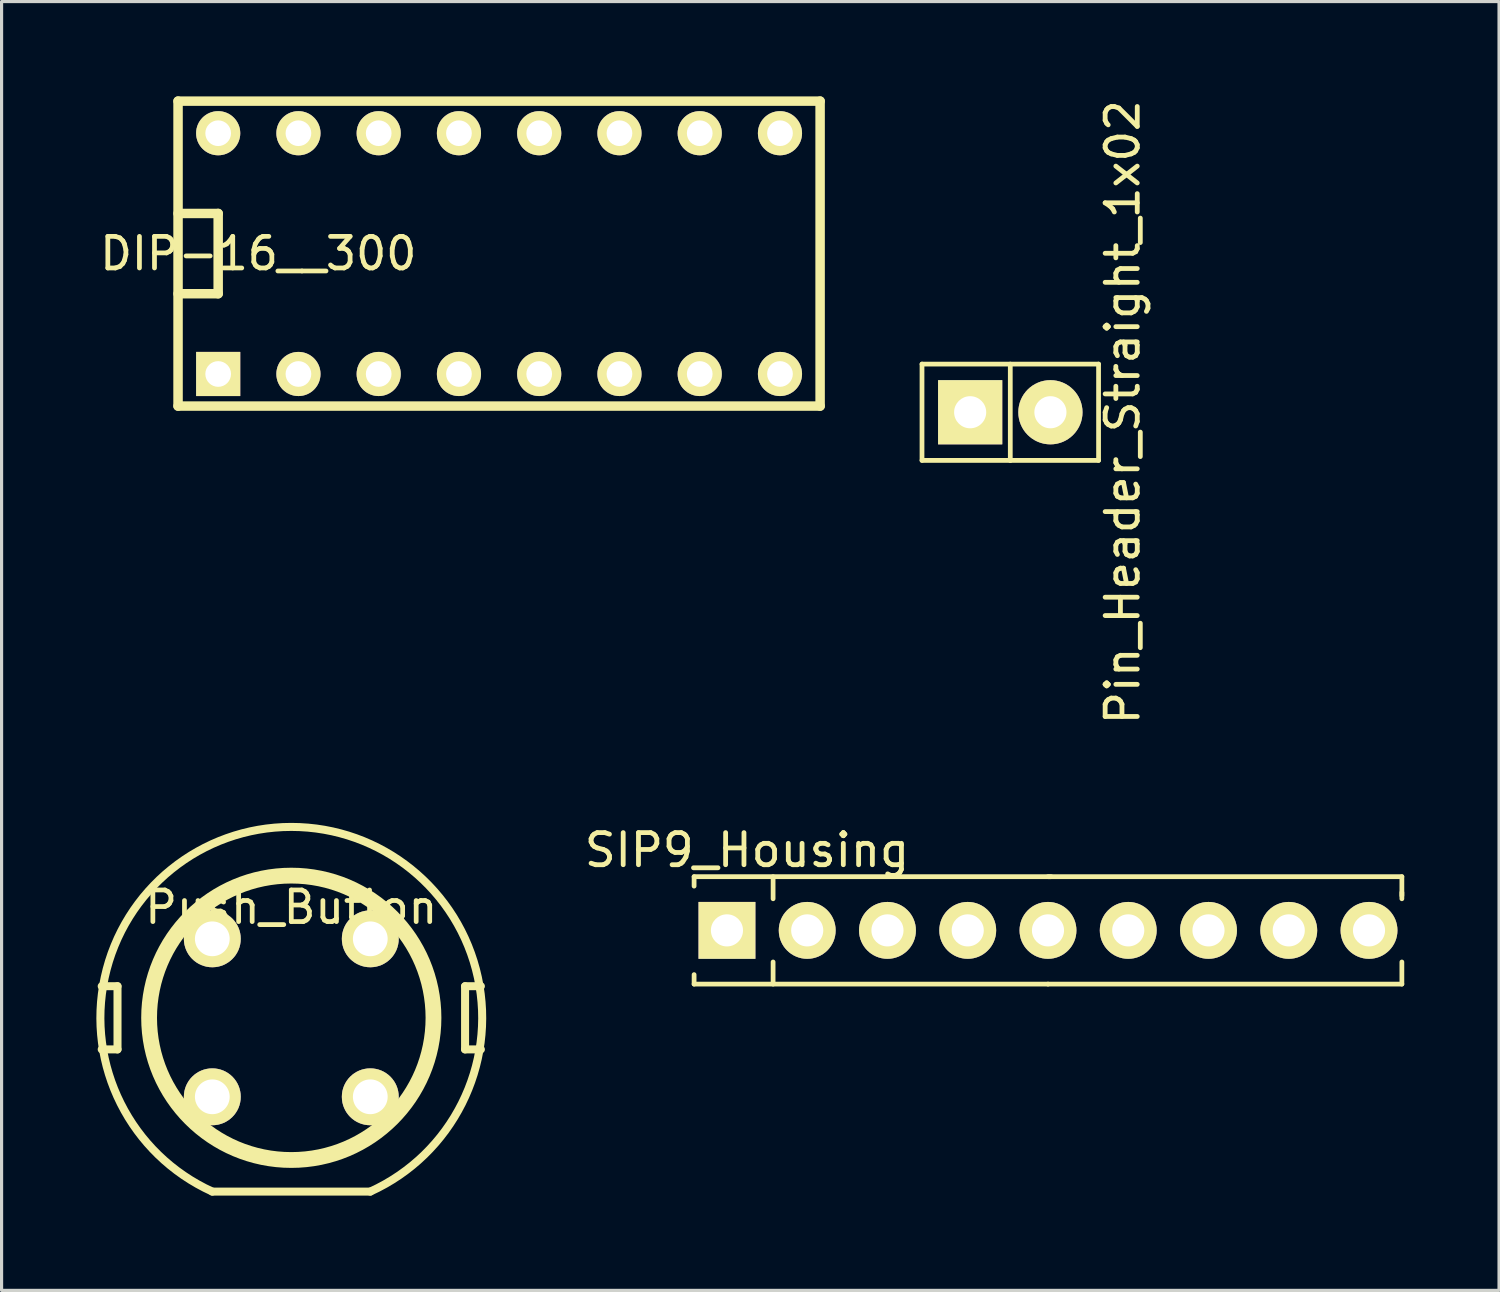
<source format=kicad_pcb>
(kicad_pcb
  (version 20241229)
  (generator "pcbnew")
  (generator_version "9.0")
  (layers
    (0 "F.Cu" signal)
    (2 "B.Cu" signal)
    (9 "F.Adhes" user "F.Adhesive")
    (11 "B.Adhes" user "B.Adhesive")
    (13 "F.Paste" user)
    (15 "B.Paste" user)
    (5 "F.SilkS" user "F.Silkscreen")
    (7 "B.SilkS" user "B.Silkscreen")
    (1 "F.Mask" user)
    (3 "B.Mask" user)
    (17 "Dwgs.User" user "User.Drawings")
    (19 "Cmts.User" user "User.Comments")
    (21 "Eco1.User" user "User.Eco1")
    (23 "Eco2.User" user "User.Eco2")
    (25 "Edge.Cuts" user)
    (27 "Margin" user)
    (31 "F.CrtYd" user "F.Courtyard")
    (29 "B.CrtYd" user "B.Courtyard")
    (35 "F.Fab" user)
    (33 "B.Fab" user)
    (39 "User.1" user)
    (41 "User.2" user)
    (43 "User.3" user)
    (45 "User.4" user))
  (footprint "DIP-16__300"
    (layer "F.Cu")
    (at 12.745 4.976)
    (property "Reference" "DIP-16__300" (at -7.62 0 0) (layer "F.SilkS") (effects (font (size 1 1) (thickness 0.15))))
    (attr through_hole)
    (fp_line (start -10.16 -4.826) (end 10.16 -4.826) (stroke (width 0.3) (type solid)) (layer "F.SilkS"))
    (fp_line (start -10.16 -1.27) (end -8.89 -1.27) (stroke (width 0.3) (type solid)) (layer "F.SilkS"))
    (fp_line (start -10.16 4.826) (end -10.16 -4.826) (stroke (width 0.3) (type solid)) (layer "F.SilkS"))
    (fp_line (start -8.89 -1.27) (end -8.89 1.27) (stroke (width 0.3) (type solid)) (layer "F.SilkS"))
    (fp_line (start -8.89 1.27) (end -10.16 1.27) (stroke (width 0.3) (type solid)) (layer "F.SilkS"))
    (fp_line (start 10.16 -4.826) (end 10.16 4.826) (stroke (width 0.3) (type solid)) (layer "F.SilkS"))
    (fp_line (start 10.16 4.826) (end -10.16 4.826) (stroke (width 0.3) (type solid)) (layer "F.SilkS"))
    (pad "1" thru_hole rect (at -8.89 3.81) (size 1.397 1.397) (drill 0.813) (layers "*.Cu" "*.Mask" "F.SilkS"))
    (pad "2" thru_hole circle (at -6.35 3.81) (size 1.397 1.397) (drill 0.813) (layers "*.Cu" "*.Mask" "F.SilkS"))
    (pad "3" thru_hole circle (at -3.81 3.81) (size 1.397 1.397) (drill 0.813) (layers "*.Cu" "*.Mask" "F.SilkS"))
    (pad "4" thru_hole circle (at -1.27 3.81) (size 1.397 1.397) (drill 0.813) (layers "*.Cu" "*.Mask" "F.SilkS"))
    (pad "5" thru_hole circle (at 1.27 3.81) (size 1.397 1.397) (drill 0.813) (layers "*.Cu" "*.Mask" "F.SilkS"))
    (pad "6" thru_hole circle (at 3.81 3.81) (size 1.397 1.397) (drill 0.813) (layers "*.Cu" "*.Mask" "F.SilkS"))
    (pad "7" thru_hole circle (at 6.35 3.81) (size 1.397 1.397) (drill 0.813) (layers "*.Cu" "*.Mask" "F.SilkS"))
    (pad "8" thru_hole circle (at 8.89 3.81) (size 1.397 1.397) (drill 0.813) (layers "*.Cu" "*.Mask" "F.SilkS"))
    (pad "9" thru_hole circle (at 8.89 -3.81) (size 1.397 1.397) (drill 0.813) (layers "*.Cu" "*.Mask" "F.SilkS"))
    (pad "10" thru_hole circle (at 6.35 -3.81) (size 1.397 1.397) (drill 0.813) (layers "*.Cu" "*.Mask" "F.SilkS"))
    (pad "11" thru_hole circle (at 3.81 -3.81) (size 1.397 1.397) (drill 0.813) (layers "*.Cu" "*.Mask" "F.SilkS"))
    (pad "12" thru_hole circle (at 1.27 -3.81) (size 1.397 1.397) (drill 0.813) (layers "*.Cu" "*.Mask" "F.SilkS"))
    (pad "13" thru_hole circle (at -1.27 -3.81) (size 1.397 1.397) (drill 0.813) (layers "*.Cu" "*.Mask" "F.SilkS"))
    (pad "14" thru_hole circle (at -3.81 -3.81) (size 1.397 1.397) (drill 0.813) (layers "*.Cu" "*.Mask" "F.SilkS"))
    (pad "15" thru_hole circle (at -6.35 -3.81) (size 1.397 1.397) (drill 0.813) (layers "*.Cu" "*.Mask" "F.SilkS"))
    (pad "16" thru_hole circle (at -8.89 -3.81) (size 1.397 1.397) (drill 0.813) (layers "*.Cu" "*.Mask" "F.SilkS")))
  (footprint "Pin_Header_Straight_1x02"
    (layer "F.Cu")
    (at 28.924 9.997)
    (property "Reference" "Pin_Header_Straight_1x02" (at 3.556 0 90) (layer "F.SilkS") (effects (font (size 1.016 1.016) (thickness 0.152))))
    (attr through_hole)
    (fp_line (start -2.794 -1.524) (end -2.794 1.524) (stroke (width 0.15) (type solid)) (layer "F.SilkS"))
    (fp_line (start -2.794 1.524) (end 0 1.524) (stroke (width 0.15) (type solid)) (layer "F.SilkS"))
    (fp_line (start 0 -1.524) (end 0 1.524) (stroke (width 0.15) (type solid)) (layer "F.SilkS"))
    (fp_line (start 0 1.524) (end 2.794 1.524) (stroke (width 0.15) (type solid)) (layer "F.SilkS"))
    (fp_line (start 2.794 -1.524) (end -2.794 -1.524) (stroke (width 0.15) (type solid)) (layer "F.SilkS"))
    (fp_line (start 2.794 1.524) (end 2.794 -1.524) (stroke (width 0.15) (type solid)) (layer "F.SilkS"))
    (pad "1" thru_hole rect (at -1.27 0) (size 2.032 2.032) (drill 1.016) (layers "*.Cu" "*.Mask" "F.SilkS"))
    (pad "2" thru_hole oval (at 1.27 0) (size 2.032 2.032) (drill 1.016) (layers "*.Cu" "*.Mask" "F.SilkS")))
  (footprint "Push_Button"
    (layer "F.Cu")
    (at 6.169 29.162)
    (property "Reference" "Push_Button" (at 0 -3.5 0) (layer "F.SilkS") (effects (font (size 1 1) (thickness 0.15))))
    (attr through_hole)
    (fp_line (start -6 -1) (end -5.5 -1) (stroke (width 0.254) (type solid)) (layer "F.SilkS"))
    (fp_line (start -5.5 -1) (end -5.5 1) (stroke (width 0.254) (type solid)) (layer "F.SilkS"))
    (fp_line (start -5.5 1) (end -6 1) (stroke (width 0.254) (type solid)) (layer "F.SilkS"))
    (fp_line (start -2.5 5.5) (end 2.5 5.5) (stroke (width 0.254) (type solid)) (layer "F.SilkS"))
    (fp_line (start 5.5 -1) (end 5.5 1) (stroke (width 0.254) (type solid)) (layer "F.SilkS"))
    (fp_line (start 5.5 1) (end 6 1) (stroke (width 0.254) (type solid)) (layer "F.SilkS"))
    (fp_line (start 6 -1) (end 5.5 -1) (stroke (width 0.254) (type solid)) (layer "F.SilkS"))
    (fp_arc (start -2.5 5.5) (mid 0 -6.041523) (end 2.5 5.5) (stroke (width 0.254) (type solid)) (layer "F.SilkS"))
    (fp_circle (center 0 0) (end -4.5 0) (stroke (width 0.5) (type solid)) (fill no) (layer "F.SilkS"))
    (pad "1" thru_hole circle (at -2.5 2.5) (size 1.8 1.8) (drill 1.1) (layers "*.Cu" "*.Mask" "F.SilkS"))
    (pad "2" thru_hole circle (at 2.5 2.5) (size 1.8 1.8) (drill 1.1) (layers "*.Cu" "*.Mask" "F.SilkS"))
    (pad "3" thru_hole circle (at -2.5 -2.5) (size 1.8 1.8) (drill 1.1) (layers "*.Cu" "*.Mask" "F.SilkS"))
    (pad "4" thru_hole circle (at 2.5 -2.5) (size 1.8 1.8) (drill 1.1) (layers "*.Cu" "*.Mask" "F.SilkS")))
  (footprint "SIP9_Housing"
    (layer "F.Cu")
    (at 30.117 26.395)
    (property "Reference" "SIP9_Housing" (at -9.525 -2.54 0) (layer "F.SilkS") (effects (font (size 1.016 1.016) (thickness 0.152))))
    (attr through_hole)
    (fp_line (start -11.2 -1.7) (end -11.2 -1.4) (stroke (width 0.15) (type solid)) (layer "F.SilkS"))
    (fp_line (start -11.2 1.7) (end -11.2 1.4) (stroke (width 0.15) (type solid)) (layer "F.SilkS"))
    (fp_line (start -8.7 -1.7) (end -8.7 -1) (stroke (width 0.15) (type solid)) (layer "F.SilkS"))
    (fp_line (start -8.7 1.7) (end -8.7 1) (stroke (width 0.15) (type solid)) (layer "F.SilkS"))
    (fp_line (start 0 -1.7) (end 11.2 -1.7) (stroke (width 0.15) (type solid)) (layer "F.SilkS"))
    (fp_line (start 0 1.7) (end -11.2 1.7) (stroke (width 0.15) (type solid)) (layer "F.SilkS"))
    (fp_line (start 0 1.7) (end 11.2 1.7) (stroke (width 0.15) (type solid)) (layer "F.SilkS"))
    (fp_line (start 0.1 -1.7) (end -11.2 -1.7) (stroke (width 0.15) (type solid)) (layer "F.SilkS"))
    (fp_line (start 11.2 -1.7) (end 11.2 -1.1) (stroke (width 0.15) (type solid)) (layer "F.SilkS"))
    (fp_line (start 11.2 -1.2) (end 11.2 -1) (stroke (width 0.15) (type solid)) (layer "F.SilkS"))
    (fp_line (start 11.2 1.7) (end 11.2 1) (stroke (width 0.15) (type solid)) (layer "F.SilkS"))
    (pad "1" thru_hole rect (at -10.16 0 90) (size 1.8 1.8) (drill 1.016) (layers "*.Cu" "*.Mask" "F.SilkS"))
    (pad "2" thru_hole circle (at -7.62 0 90) (size 1.8 1.8) (drill 1.016) (layers "*.Cu" "*.Mask" "F.SilkS"))
    (pad "3" thru_hole circle (at -5.08 0 90) (size 1.8 1.8) (drill 1.016) (layers "*.Cu" "*.Mask" "F.SilkS"))
    (pad "4" thru_hole circle (at -2.54 0 90) (size 1.8 1.8) (drill 1.016) (layers "*.Cu" "*.Mask" "F.SilkS"))
    (pad "5" thru_hole circle (at 0 0 90) (size 1.8 1.8) (drill 1.016) (layers "*.Cu" "*.Mask" "F.SilkS"))
    (pad "6" thru_hole circle (at 2.54 0 90) (size 1.8 1.8) (drill 1.016) (layers "*.Cu" "*.Mask" "F.SilkS"))
    (pad "7" thru_hole circle (at 5.08 0 90) (size 1.8 1.8) (drill 1.016) (layers "*.Cu" "*.Mask" "F.SilkS"))
    (pad "8" thru_hole circle (at 7.62 0 90) (size 1.8 1.8) (drill 1.016) (layers "*.Cu" "*.Mask" "F.SilkS"))
    (pad "9" thru_hole circle (at 10.16 0 90) (size 1.8 1.8) (drill 1.016) (layers "*.Cu" "*.Mask" "F.SilkS")))
  (gr_rect
    (start -3 -3)
    (end 44.392 37.789)
    (stroke (width 0.1) (type default))
    (fill no)
    (layer "Edge.Cuts")))
</source>
